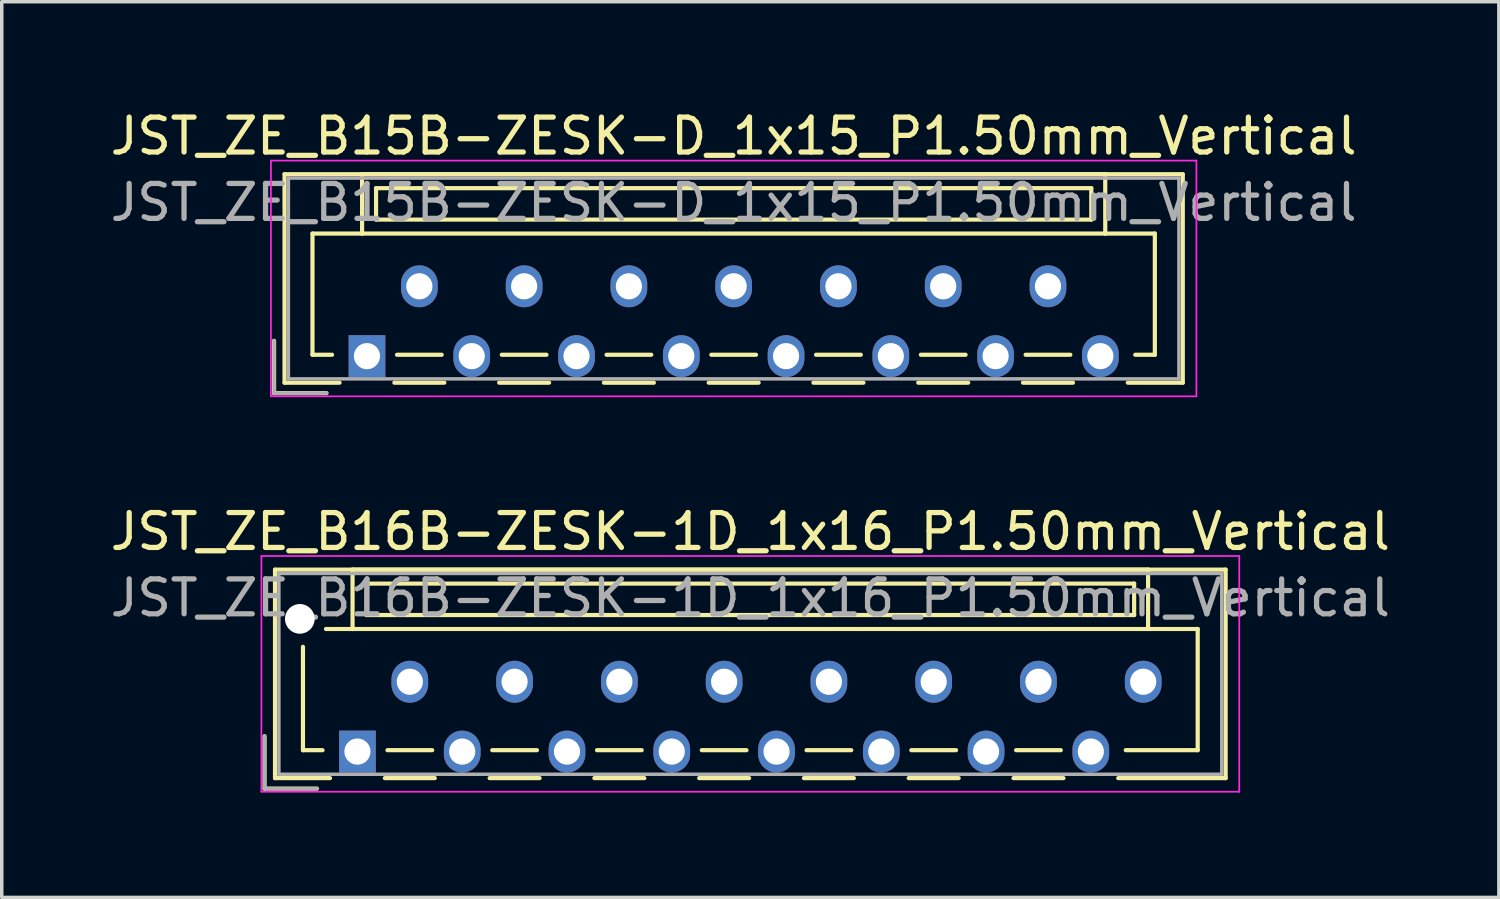
<source format=kicad_pcb>
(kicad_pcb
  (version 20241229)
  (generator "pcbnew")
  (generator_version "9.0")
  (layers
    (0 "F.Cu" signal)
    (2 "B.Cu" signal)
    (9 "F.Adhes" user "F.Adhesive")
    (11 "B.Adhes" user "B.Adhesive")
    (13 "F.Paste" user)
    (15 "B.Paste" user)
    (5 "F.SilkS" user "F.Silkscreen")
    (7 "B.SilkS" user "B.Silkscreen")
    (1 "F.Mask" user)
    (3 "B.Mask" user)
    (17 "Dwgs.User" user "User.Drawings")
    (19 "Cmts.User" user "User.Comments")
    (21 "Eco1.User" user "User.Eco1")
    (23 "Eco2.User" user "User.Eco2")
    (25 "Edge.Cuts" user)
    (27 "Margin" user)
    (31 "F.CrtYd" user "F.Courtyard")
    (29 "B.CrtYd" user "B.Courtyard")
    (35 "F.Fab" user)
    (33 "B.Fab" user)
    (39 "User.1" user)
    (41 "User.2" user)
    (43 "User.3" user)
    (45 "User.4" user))
  (footprint "JST_ZE_B16B-ZESK-1D_1x16_P1.50mm_Vertical"
    (layer "F.Cu")
    (at 7.185 18.471)
    (property "Reference" "JST_ZE_B16B-ZESK-1D_1x16_P1.50mm_Vertical" (at 11.25 -6.3 0) (layer "F.SilkS") (effects (font (size 1 1) (thickness 0.15))))
    (attr through_hole)
    (fp_line (start -2.66 -0.44) (end -2.66 1.06) (stroke (width 0.12) (type solid)) (layer "F.SilkS"))
    (fp_line (start -2.66 1.06) (end -1.16 1.06) (stroke (width 0.12) (type solid)) (layer "F.SilkS"))
    (fp_line (start -2.36 -5.21) (end 24.86 -5.21) (stroke (width 0.12) (type solid)) (layer "F.SilkS"))
    (fp_line (start -2.36 0.76) (end -2.36 -5.21) (stroke (width 0.12) (type solid)) (layer "F.SilkS"))
    (fp_line (start -1.56 -3) (end -1.56 -0.04) (stroke (width 0.12) (type solid)) (layer "F.SilkS"))
    (fp_line (start -1.56 -0.04) (end -1 -0.04) (stroke (width 0.12) (type solid)) (layer "F.SilkS"))
    (fp_line (start -0.785 0.76) (end -2.36 0.76) (stroke (width 0.12) (type solid)) (layer "F.SilkS"))
    (fp_line (start -0.14 -5.21) (end -0.14 -3.51) (stroke (width 0.12) (type solid)) (layer "F.SilkS"))
    (fp_line (start -0.14 -3.51) (end -0.9 -3.51) (stroke (width 0.12) (type solid)) (layer "F.SilkS"))
    (fp_line (start -0.14 -3.51) (end 22.64 -3.51) (stroke (width 0.12) (type solid)) (layer "F.SilkS"))
    (fp_line (start 0.26 -4.81) (end 0.26 -3.91) (stroke (width 0.12) (type solid)) (layer "F.SilkS"))
    (fp_line (start 0.26 -3.91) (end 22.24 -3.91) (stroke (width 0.12) (type solid)) (layer "F.SilkS"))
    (fp_line (start 0.785 0.76) (end 2.215 0.76) (stroke (width 0.12) (type solid)) (layer "F.SilkS"))
    (fp_line (start 0.86 -0.04) (end 2.14 -0.04) (stroke (width 0.12) (type solid)) (layer "F.SilkS"))
    (fp_line (start 3.785 0.76) (end 5.215 0.76) (stroke (width 0.12) (type solid)) (layer "F.SilkS"))
    (fp_line (start 3.86 -0.04) (end 5.14 -0.04) (stroke (width 0.12) (type solid)) (layer "F.SilkS"))
    (fp_line (start 6.785 0.76) (end 8.215 0.76) (stroke (width 0.12) (type solid)) (layer "F.SilkS"))
    (fp_line (start 6.86 -0.04) (end 8.14 -0.04) (stroke (width 0.12) (type solid)) (layer "F.SilkS"))
    (fp_line (start 9.785 0.76) (end 11.215 0.76) (stroke (width 0.12) (type solid)) (layer "F.SilkS"))
    (fp_line (start 9.86 -0.04) (end 11.14 -0.04) (stroke (width 0.12) (type solid)) (layer "F.SilkS"))
    (fp_line (start 12.785 0.76) (end 14.215 0.76) (stroke (width 0.12) (type solid)) (layer "F.SilkS"))
    (fp_line (start 12.86 -0.04) (end 14.14 -0.04) (stroke (width 0.12) (type solid)) (layer "F.SilkS"))
    (fp_line (start 15.785 0.76) (end 17.215 0.76) (stroke (width 0.12) (type solid)) (layer "F.SilkS"))
    (fp_line (start 15.86 -0.04) (end 17.14 -0.04) (stroke (width 0.12) (type solid)) (layer "F.SilkS"))
    (fp_line (start 18.785 0.76) (end 20.215 0.76) (stroke (width 0.12) (type solid)) (layer "F.SilkS"))
    (fp_line (start 18.86 -0.04) (end 20.14 -0.04) (stroke (width 0.12) (type solid)) (layer "F.SilkS"))
    (fp_line (start 22.24 -4.81) (end 0.26 -4.81) (stroke (width 0.12) (type solid)) (layer "F.SilkS"))
    (fp_line (start 22.24 -3.91) (end 22.24 -4.81) (stroke (width 0.12) (type solid)) (layer "F.SilkS"))
    (fp_line (start 22.64 -5.21) (end -0.14 -5.21) (stroke (width 0.12) (type solid)) (layer "F.SilkS"))
    (fp_line (start 22.64 -3.51) (end 22.64 -5.21) (stroke (width 0.12) (type solid)) (layer "F.SilkS"))
    (fp_line (start 22.64 -3.51) (end 24.06 -3.51) (stroke (width 0.12) (type solid)) (layer "F.SilkS"))
    (fp_line (start 24.06 -3.51) (end 24.06 -0.04) (stroke (width 0.12) (type solid)) (layer "F.SilkS"))
    (fp_line (start 24.06 -0.04) (end 22 -0.04) (stroke (width 0.12) (type solid)) (layer "F.SilkS"))
    (fp_line (start 24.86 -5.21) (end 24.86 0.76) (stroke (width 0.12) (type solid)) (layer "F.SilkS"))
    (fp_line (start 24.86 0.76) (end 21.785 0.76) (stroke (width 0.12) (type solid)) (layer "F.SilkS"))
    (fp_line (start -2.75 -5.6) (end -2.75 1.15) (stroke (width 0.05) (type solid)) (layer "F.CrtYd"))
    (fp_line (start -2.75 1.15) (end 25.25 1.15) (stroke (width 0.05) (type solid)) (layer "F.CrtYd"))
    (fp_line (start 25.25 -5.6) (end -2.75 -5.6) (stroke (width 0.05) (type solid)) (layer "F.CrtYd"))
    (fp_line (start 25.25 1.15) (end 25.25 -5.6) (stroke (width 0.05) (type solid)) (layer "F.CrtYd"))
    (fp_line (start -2.66 -0.44) (end -2.66 1.06) (stroke (width 0.1) (type solid)) (layer "F.Fab"))
    (fp_line (start -2.66 1.06) (end -1.16 1.06) (stroke (width 0.1) (type solid)) (layer "F.Fab"))
    (fp_line (start -2.25 -5.1) (end -2.25 0.65) (stroke (width 0.1) (type solid)) (layer "F.Fab"))
    (fp_line (start -2.25 0.65) (end 24.75 0.65) (stroke (width 0.1) (type solid)) (layer "F.Fab"))
    (fp_line (start 24.75 -5.1) (end -2.25 -5.1) (stroke (width 0.1) (type solid)) (layer "F.Fab"))
    (fp_line (start 24.75 0.65) (end 24.75 -5.1) (stroke (width 0.1) (type solid)) (layer "F.Fab"))
    (fp_text user "${REFERENCE}" (at 11.25 -4.4 0) (layer "F.Fab") (effects (font (size 1 1) (thickness 0.15))))
    (pad "" np_thru_hole circle (at -1.65 -3.8) (size 0.85 0.85) (drill 0.85) (layers "*.Cu" "*.Mask"))
    (pad "1" thru_hole rect (at 0 0) (size 1.05 1.2) (drill 0.75) (layers "*.Cu" "*.Mask"))
    (pad "2" thru_hole oval (at 1.5 -2) (size 1.05 1.2) (drill 0.75) (layers "*.Cu" "*.Mask"))
    (pad "3" thru_hole oval (at 3 0) (size 1.05 1.2) (drill 0.75) (layers "*.Cu" "*.Mask"))
    (pad "4" thru_hole oval (at 4.5 -2) (size 1.05 1.2) (drill 0.75) (layers "*.Cu" "*.Mask"))
    (pad "5" thru_hole oval (at 6 0) (size 1.05 1.2) (drill 0.75) (layers "*.Cu" "*.Mask"))
    (pad "6" thru_hole oval (at 7.5 -2) (size 1.05 1.2) (drill 0.75) (layers "*.Cu" "*.Mask"))
    (pad "7" thru_hole oval (at 9 0) (size 1.05 1.2) (drill 0.75) (layers "*.Cu" "*.Mask"))
    (pad "8" thru_hole oval (at 10.5 -2) (size 1.05 1.2) (drill 0.75) (layers "*.Cu" "*.Mask"))
    (pad "9" thru_hole oval (at 12 0) (size 1.05 1.2) (drill 0.75) (layers "*.Cu" "*.Mask"))
    (pad "10" thru_hole oval (at 13.5 -2) (size 1.05 1.2) (drill 0.75) (layers "*.Cu" "*.Mask"))
    (pad "11" thru_hole oval (at 15 0) (size 1.05 1.2) (drill 0.75) (layers "*.Cu" "*.Mask"))
    (pad "12" thru_hole oval (at 16.5 -2) (size 1.05 1.2) (drill 0.75) (layers "*.Cu" "*.Mask"))
    (pad "13" thru_hole oval (at 18 0) (size 1.05 1.2) (drill 0.75) (layers "*.Cu" "*.Mask"))
    (pad "14" thru_hole oval (at 19.5 -2) (size 1.05 1.2) (drill 0.75) (layers "*.Cu" "*.Mask"))
    (pad "15" thru_hole oval (at 21 0) (size 1.05 1.2) (drill 0.75) (layers "*.Cu" "*.Mask"))
    (pad "16" thru_hole oval (at 22.5 -2) (size 1.05 1.2) (drill 0.75) (layers "*.Cu" "*.Mask")))
  (footprint "JST_ZE_B15B-ZESK-D_1x15_P1.50mm_Vertical"
    (layer "F.Cu")
    (at 7.458 7.148)
    (property "Reference" "JST_ZE_B15B-ZESK-D_1x15_P1.50mm_Vertical" (at 10.5 -6.3 0) (layer "F.SilkS") (effects (font (size 1 1) (thickness 0.15))))
    (attr through_hole)
    (fp_line (start -2.66 -0.44) (end -2.66 1.06) (stroke (width 0.12) (type solid)) (layer "F.SilkS"))
    (fp_line (start -2.66 1.06) (end -1.16 1.06) (stroke (width 0.12) (type solid)) (layer "F.SilkS"))
    (fp_line (start -2.36 -5.21) (end 23.36 -5.21) (stroke (width 0.12) (type solid)) (layer "F.SilkS"))
    (fp_line (start -2.36 0.76) (end -2.36 -5.21) (stroke (width 0.12) (type solid)) (layer "F.SilkS"))
    (fp_line (start -1.56 -3.51) (end -1.56 -0.04) (stroke (width 0.12) (type solid)) (layer "F.SilkS"))
    (fp_line (start -1.56 -0.04) (end -1 -0.04) (stroke (width 0.12) (type solid)) (layer "F.SilkS"))
    (fp_line (start -0.785 0.76) (end -2.36 0.76) (stroke (width 0.12) (type solid)) (layer "F.SilkS"))
    (fp_line (start -0.14 -5.21) (end -0.14 -3.51) (stroke (width 0.12) (type solid)) (layer "F.SilkS"))
    (fp_line (start -0.14 -3.51) (end -1.56 -3.51) (stroke (width 0.12) (type solid)) (layer "F.SilkS"))
    (fp_line (start -0.14 -3.51) (end 21.14 -3.51) (stroke (width 0.12) (type solid)) (layer "F.SilkS"))
    (fp_line (start 0.26 -4.81) (end 0.26 -3.91) (stroke (width 0.12) (type solid)) (layer "F.SilkS"))
    (fp_line (start 0.26 -3.91) (end 20.74 -3.91) (stroke (width 0.12) (type solid)) (layer "F.SilkS"))
    (fp_line (start 0.785 0.76) (end 2.215 0.76) (stroke (width 0.12) (type solid)) (layer "F.SilkS"))
    (fp_line (start 0.86 -0.04) (end 2.14 -0.04) (stroke (width 0.12) (type solid)) (layer "F.SilkS"))
    (fp_line (start 3.785 0.76) (end 5.215 0.76) (stroke (width 0.12) (type solid)) (layer "F.SilkS"))
    (fp_line (start 3.86 -0.04) (end 5.14 -0.04) (stroke (width 0.12) (type solid)) (layer "F.SilkS"))
    (fp_line (start 6.785 0.76) (end 8.215 0.76) (stroke (width 0.12) (type solid)) (layer "F.SilkS"))
    (fp_line (start 6.86 -0.04) (end 8.14 -0.04) (stroke (width 0.12) (type solid)) (layer "F.SilkS"))
    (fp_line (start 9.785 0.76) (end 11.215 0.76) (stroke (width 0.12) (type solid)) (layer "F.SilkS"))
    (fp_line (start 9.86 -0.04) (end 11.14 -0.04) (stroke (width 0.12) (type solid)) (layer "F.SilkS"))
    (fp_line (start 12.785 0.76) (end 14.215 0.76) (stroke (width 0.12) (type solid)) (layer "F.SilkS"))
    (fp_line (start 12.86 -0.04) (end 14.14 -0.04) (stroke (width 0.12) (type solid)) (layer "F.SilkS"))
    (fp_line (start 15.785 0.76) (end 17.215 0.76) (stroke (width 0.12) (type solid)) (layer "F.SilkS"))
    (fp_line (start 15.86 -0.04) (end 17.14 -0.04) (stroke (width 0.12) (type solid)) (layer "F.SilkS"))
    (fp_line (start 18.785 0.76) (end 20.215 0.76) (stroke (width 0.12) (type solid)) (layer "F.SilkS"))
    (fp_line (start 18.86 -0.04) (end 20.14 -0.04) (stroke (width 0.12) (type solid)) (layer "F.SilkS"))
    (fp_line (start 20.74 -4.81) (end 0.26 -4.81) (stroke (width 0.12) (type solid)) (layer "F.SilkS"))
    (fp_line (start 20.74 -3.91) (end 20.74 -4.81) (stroke (width 0.12) (type solid)) (layer "F.SilkS"))
    (fp_line (start 21.14 -5.21) (end -0.14 -5.21) (stroke (width 0.12) (type solid)) (layer "F.SilkS"))
    (fp_line (start 21.14 -3.51) (end 21.14 -5.21) (stroke (width 0.12) (type solid)) (layer "F.SilkS"))
    (fp_line (start 21.14 -3.51) (end 22.56 -3.51) (stroke (width 0.12) (type solid)) (layer "F.SilkS"))
    (fp_line (start 22.56 -3.51) (end 22.56 -0.04) (stroke (width 0.12) (type solid)) (layer "F.SilkS"))
    (fp_line (start 22.56 -0.04) (end 22 -0.04) (stroke (width 0.12) (type solid)) (layer "F.SilkS"))
    (fp_line (start 23.36 -5.21) (end 23.36 0.76) (stroke (width 0.12) (type solid)) (layer "F.SilkS"))
    (fp_line (start 23.36 0.76) (end 21.785 0.76) (stroke (width 0.12) (type solid)) (layer "F.SilkS"))
    (fp_line (start -2.75 -5.6) (end -2.75 1.15) (stroke (width 0.05) (type solid)) (layer "F.CrtYd"))
    (fp_line (start -2.75 1.15) (end 23.75 1.15) (stroke (width 0.05) (type solid)) (layer "F.CrtYd"))
    (fp_line (start 23.75 -5.6) (end -2.75 -5.6) (stroke (width 0.05) (type solid)) (layer "F.CrtYd"))
    (fp_line (start 23.75 1.15) (end 23.75 -5.6) (stroke (width 0.05) (type solid)) (layer "F.CrtYd"))
    (fp_line (start -2.66 -0.44) (end -2.66 1.06) (stroke (width 0.1) (type solid)) (layer "F.Fab"))
    (fp_line (start -2.66 1.06) (end -1.16 1.06) (stroke (width 0.1) (type solid)) (layer "F.Fab"))
    (fp_line (start -2.25 -5.1) (end -2.25 0.65) (stroke (width 0.1) (type solid)) (layer "F.Fab"))
    (fp_line (start -2.25 0.65) (end 23.25 0.65) (stroke (width 0.1) (type solid)) (layer "F.Fab"))
    (fp_line (start 23.25 -5.1) (end -2.25 -5.1) (stroke (width 0.1) (type solid)) (layer "F.Fab"))
    (fp_line (start 23.25 0.65) (end 23.25 -5.1) (stroke (width 0.1) (type solid)) (layer "F.Fab"))
    (fp_text user "${REFERENCE}" (at 10.5 -4.4 0) (layer "F.Fab") (effects (font (size 1 1) (thickness 0.15))))
    (pad "1" thru_hole rect (at 0 0) (size 1.05 1.2) (drill 0.75) (layers "*.Cu" "*.Mask"))
    (pad "2" thru_hole oval (at 1.5 -2) (size 1.05 1.2) (drill 0.75) (layers "*.Cu" "*.Mask"))
    (pad "3" thru_hole oval (at 3 0) (size 1.05 1.2) (drill 0.75) (layers "*.Cu" "*.Mask"))
    (pad "4" thru_hole oval (at 4.5 -2) (size 1.05 1.2) (drill 0.75) (layers "*.Cu" "*.Mask"))
    (pad "5" thru_hole oval (at 6 0) (size 1.05 1.2) (drill 0.75) (layers "*.Cu" "*.Mask"))
    (pad "6" thru_hole oval (at 7.5 -2) (size 1.05 1.2) (drill 0.75) (layers "*.Cu" "*.Mask"))
    (pad "7" thru_hole oval (at 9 0) (size 1.05 1.2) (drill 0.75) (layers "*.Cu" "*.Mask"))
    (pad "8" thru_hole oval (at 10.5 -2) (size 1.05 1.2) (drill 0.75) (layers "*.Cu" "*.Mask"))
    (pad "9" thru_hole oval (at 12 0) (size 1.05 1.2) (drill 0.75) (layers "*.Cu" "*.Mask"))
    (pad "10" thru_hole oval (at 13.5 -2) (size 1.05 1.2) (drill 0.75) (layers "*.Cu" "*.Mask"))
    (pad "11" thru_hole oval (at 15 0) (size 1.05 1.2) (drill 0.75) (layers "*.Cu" "*.Mask"))
    (pad "12" thru_hole oval (at 16.5 -2) (size 1.05 1.2) (drill 0.75) (layers "*.Cu" "*.Mask"))
    (pad "13" thru_hole oval (at 18 0) (size 1.05 1.2) (drill 0.75) (layers "*.Cu" "*.Mask"))
    (pad "14" thru_hole oval (at 19.5 -2) (size 1.05 1.2) (drill 0.75) (layers "*.Cu" "*.Mask"))
    (pad "15" thru_hole oval (at 21 0) (size 1.05 1.2) (drill 0.75) (layers "*.Cu" "*.Mask")))
  (gr_rect
    (start -3 -3)
    (end 39.869 22.646)
    (stroke (width 0.1) (type default))
    (fill no)
    (layer "Edge.Cuts")))
</source>
